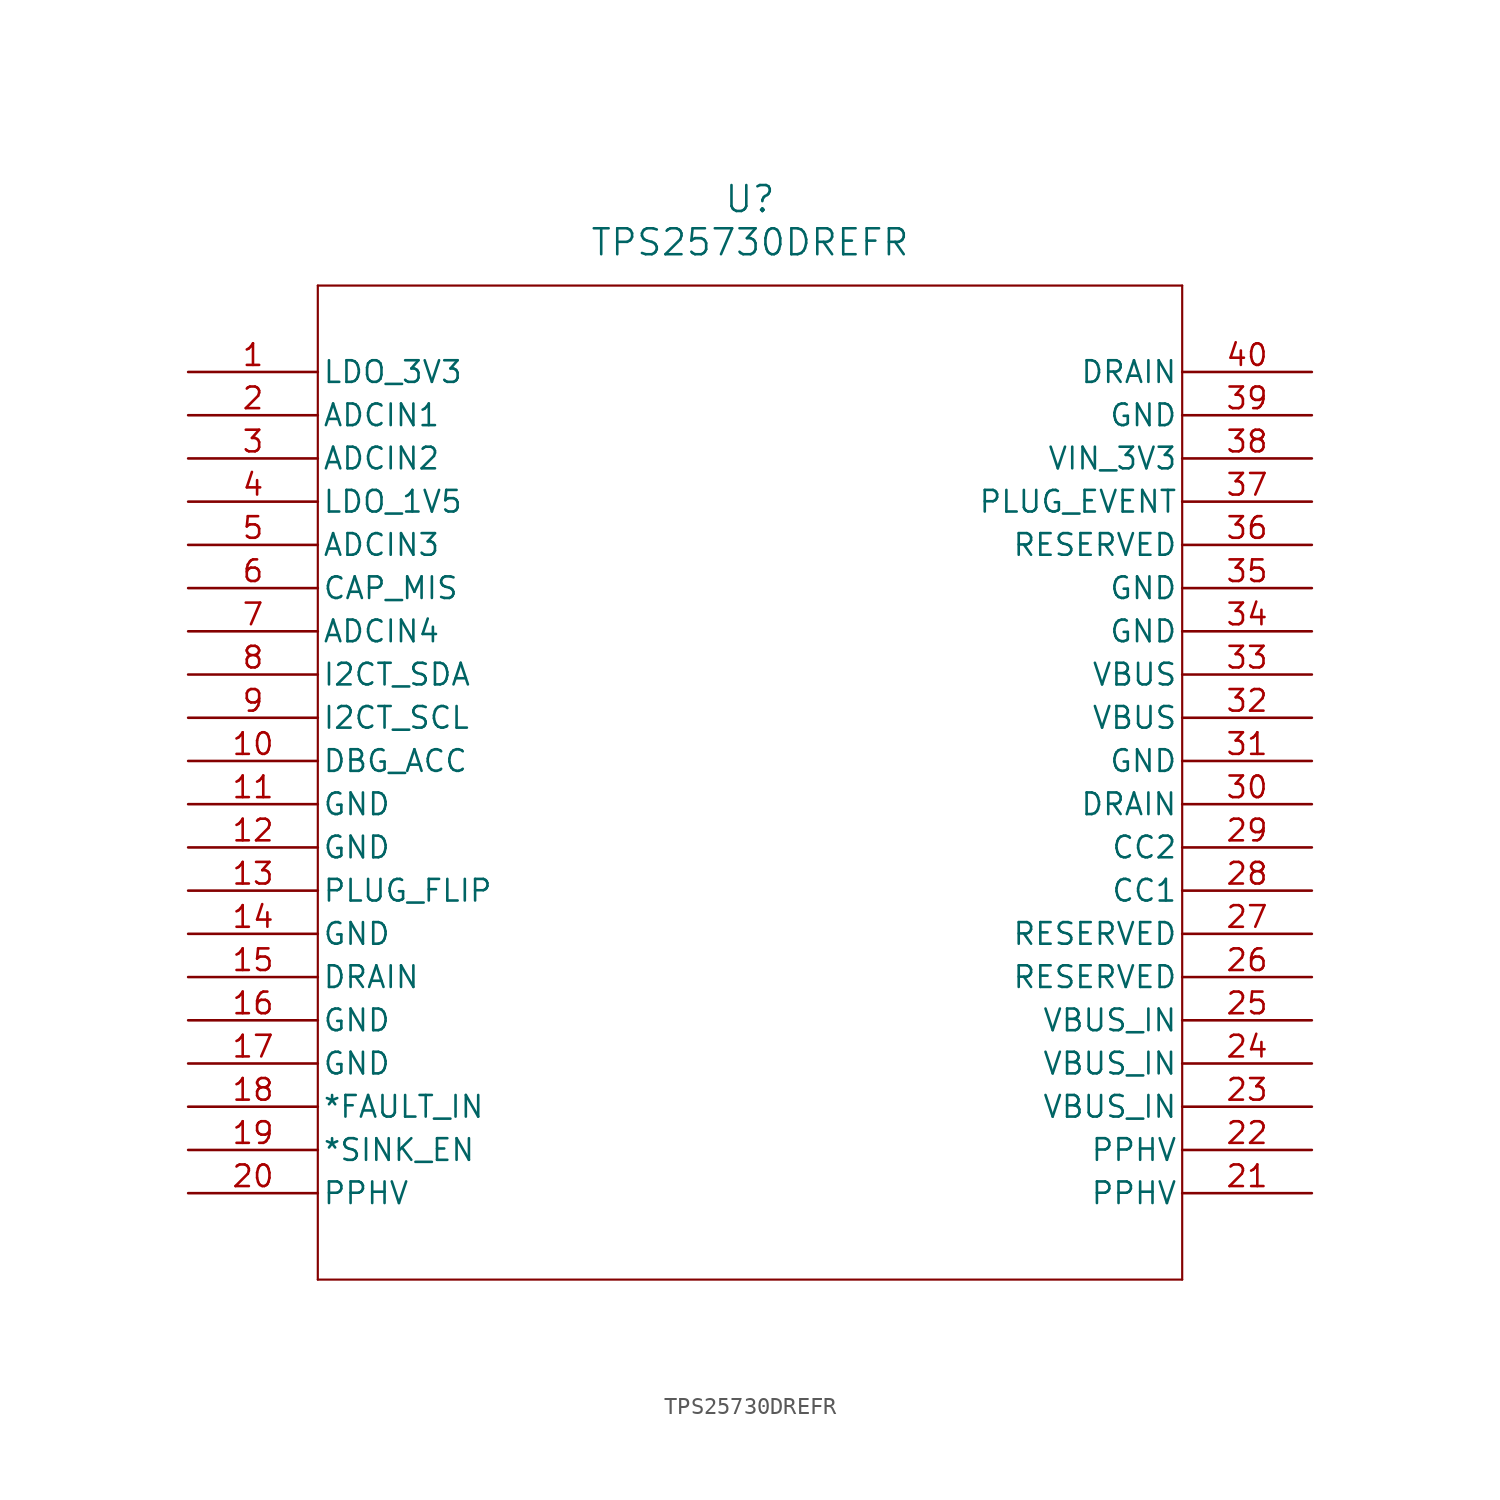
<source format=kicad_sym>
(kicad_symbol_lib
  (version 20211014)
  (generator kicad_symbol_editor)
  (symbol "TPS25730DREFR"
    (pin_names
      (offset 0.254))
    (property "Reference" "U"
      (at 33.02 10.16 0)
      (effects (font (size 1.524 1.524))))
    (property "Value" "TPS25730DREFR"
      (at 33.02 7.62 0)
      (effects (font (size 1.524 1.524))))
    (symbol "TPS25730DREFR_0_1"
      (polyline (pts (xy 7.62 5.08) (xy 7.62 -53.34)) (stroke (width 0.127) (type default) (color 0 0 0 0)) (fill (type none)))
      (polyline (pts (xy 7.62 -53.34) (xy 58.42 -53.34)) (stroke (width 0.127) (type default) (color 0 0 0 0)) (fill (type none)))
      (polyline (pts (xy 58.42 -53.34) (xy 58.42 5.08)) (stroke (width 0.127) (type default) (color 0 0 0 0)) (fill (type none)))
      (polyline (pts (xy 58.42 5.08) (xy 7.62 5.08)) (stroke (width 0.127) (type default) (color 0 0 0 0)) (fill (type none)))
      (pin output line (at 0 0 0) (length 7.62) (name "LDO_3V3" (effects (font (size 1.27 1.27)))) (number "1" (effects (font (size 1.27 1.27)))))
      (pin input line (at 0 -2.54 0) (length 7.62) (name "ADCIN1" (effects (font (size 1.27 1.27)))) (number "2" (effects (font (size 1.27 1.27)))))
      (pin input line (at 0 -5.08 0) (length 7.62) (name "ADCIN2" (effects (font (size 1.27 1.27)))) (number "3" (effects (font (size 1.27 1.27)))))
      (pin output line (at 0 -7.62 0) (length 7.62) (name "LDO_1V5" (effects (font (size 1.27 1.27)))) (number "4" (effects (font (size 1.27 1.27)))))
      (pin input line (at 0 -10.16 0) (length 7.62) (name "ADCIN3" (effects (font (size 1.27 1.27)))) (number "5" (effects (font (size 1.27 1.27)))))
      (pin output line (at 0 -12.7 0) (length 7.62) (name "CAP_MIS" (effects (font (size 1.27 1.27)))) (number "6" (effects (font (size 1.27 1.27)))))
      (pin input line (at 0 -15.24 0) (length 7.62) (name "ADCIN4" (effects (font (size 1.27 1.27)))) (number "7" (effects (font (size 1.27 1.27)))))
      (pin bidirectional line (at 0 -17.78 0) (length 7.62) (name "I2CT_SDA" (effects (font (size 1.27 1.27)))) (number "8" (effects (font (size 1.27 1.27)))))
      (pin input line (at 0 -20.32 0) (length 7.62) (name "I2CT_SCL" (effects (font (size 1.27 1.27)))) (number "9" (effects (font (size 1.27 1.27)))))
      (pin output line (at 0 -22.86 0) (length 7.62) (name "DBG_ACC" (effects (font (size 1.27 1.27)))) (number "10" (effects (font (size 1.27 1.27)))))
      (pin power_out line (at 0 -25.4 0) (length 7.62) (name "GND" (effects (font (size 1.27 1.27)))) (number "11" (effects (font (size 1.27 1.27)))))
      (pin power_out line (at 0 -27.94 0) (length 7.62) (name "GND" (effects (font (size 1.27 1.27)))) (number "12" (effects (font (size 1.27 1.27)))))
      (pin output line (at 0 -30.48 0) (length 7.62) (name "PLUG_FLIP" (effects (font (size 1.27 1.27)))) (number "13" (effects (font (size 1.27 1.27)))))
      (pin power_out line (at 0 -33.02 0) (length 7.62) (name "GND" (effects (font (size 1.27 1.27)))) (number "14" (effects (font (size 1.27 1.27)))))
      (pin unspecified line (at 0 -35.56 0) (length 7.62) (name "DRAIN" (effects (font (size 1.27 1.27)))) (number "15" (effects (font (size 1.27 1.27)))))
      (pin power_out line (at 0 -38.1 0) (length 7.62) (name "GND" (effects (font (size 1.27 1.27)))) (number "16" (effects (font (size 1.27 1.27)))))
      (pin power_out line (at 0 -40.64 0) (length 7.62) (name "GND" (effects (font (size 1.27 1.27)))) (number "17" (effects (font (size 1.27 1.27)))))
      (pin input line (at 0 -43.18 0) (length 7.62) (name "*FAULT_IN" (effects (font (size 1.27 1.27)))) (number "18" (effects (font (size 1.27 1.27)))))
      (pin output line (at 0 -45.72 0) (length 7.62) (name "*SINK_EN" (effects (font (size 1.27 1.27)))) (number "19" (effects (font (size 1.27 1.27)))))
      (pin bidirectional line (at 0 -48.26 0) (length 7.62) (name "PPHV" (effects (font (size 1.27 1.27)))) (number "20" (effects (font (size 1.27 1.27)))))
      (pin bidirectional line (at 66.04 -48.26 180) (length 7.62) (name "PPHV" (effects (font (size 1.27 1.27)))) (number "21" (effects (font (size 1.27 1.27)))))
      (pin bidirectional line (at 66.04 -45.72 180) (length 7.62) (name "PPHV" (effects (font (size 1.27 1.27)))) (number "22" (effects (font (size 1.27 1.27)))))
      (pin bidirectional line (at 66.04 -43.18 180) (length 7.62) (name "VBUS_IN" (effects (font (size 1.27 1.27)))) (number "23" (effects (font (size 1.27 1.27)))))
      (pin bidirectional line (at 66.04 -40.64 180) (length 7.62) (name "VBUS_IN" (effects (font (size 1.27 1.27)))) (number "24" (effects (font (size 1.27 1.27)))))
      (pin bidirectional line (at 66.04 -38.1 180) (length 7.62) (name "VBUS_IN" (effects (font (size 1.27 1.27)))) (number "25" (effects (font (size 1.27 1.27)))))
      (pin input line (at 66.04 -35.56 180) (length 7.62) (name "RESERVED" (effects (font (size 1.27 1.27)))) (number "26" (effects (font (size 1.27 1.27)))))
      (pin input line (at 66.04 -33.02 180) (length 7.62) (name "RESERVED" (effects (font (size 1.27 1.27)))) (number "27" (effects (font (size 1.27 1.27)))))
      (pin bidirectional line (at 66.04 -30.48 180) (length 7.62) (name "CC1" (effects (font (size 1.27 1.27)))) (number "28" (effects (font (size 1.27 1.27)))))
      (pin bidirectional line (at 66.04 -27.94 180) (length 7.62) (name "CC2" (effects (font (size 1.27 1.27)))) (number "29" (effects (font (size 1.27 1.27)))))
      (pin unspecified line (at 66.04 -25.4 180) (length 7.62) (name "DRAIN" (effects (font (size 1.27 1.27)))) (number "30" (effects (font (size 1.27 1.27)))))
      (pin power_out line (at 66.04 -22.86 180) (length 7.62) (name "GND" (effects (font (size 1.27 1.27)))) (number "31" (effects (font (size 1.27 1.27)))))
      (pin output line (at 66.04 -20.32 180) (length 7.62) (name "VBUS" (effects (font (size 1.27 1.27)))) (number "32" (effects (font (size 1.27 1.27)))))
      (pin output line (at 66.04 -17.78 180) (length 7.62) (name "VBUS" (effects (font (size 1.27 1.27)))) (number "33" (effects (font (size 1.27 1.27)))))
      (pin power_out line (at 66.04 -15.24 180) (length 7.62) (name "GND" (effects (font (size 1.27 1.27)))) (number "34" (effects (font (size 1.27 1.27)))))
      (pin power_out line (at 66.04 -12.7 180) (length 7.62) (name "GND" (effects (font (size 1.27 1.27)))) (number "35" (effects (font (size 1.27 1.27)))))
      (pin input line (at 66.04 -10.16 180) (length 7.62) (name "RESERVED" (effects (font (size 1.27 1.27)))) (number "36" (effects (font (size 1.27 1.27)))))
      (pin output line (at 66.04 -7.62 180) (length 7.62) (name "PLUG_EVENT" (effects (font (size 1.27 1.27)))) (number "37" (effects (font (size 1.27 1.27)))))
      (pin input line (at 66.04 -5.08 180) (length 7.62) (name "VIN_3V3" (effects (font (size 1.27 1.27)))) (number "38" (effects (font (size 1.27 1.27)))))
      (pin power_out line (at 66.04 -2.54 180) (length 7.62) (name "GND" (effects (font (size 1.27 1.27)))) (number "39" (effects (font (size 1.27 1.27)))))
      (pin unspecified line (at 66.04 0 180) (length 7.62) (name "DRAIN" (effects (font (size 1.27 1.27)))) (number "40" (effects (font (size 1.27 1.27))))))))
</source>
